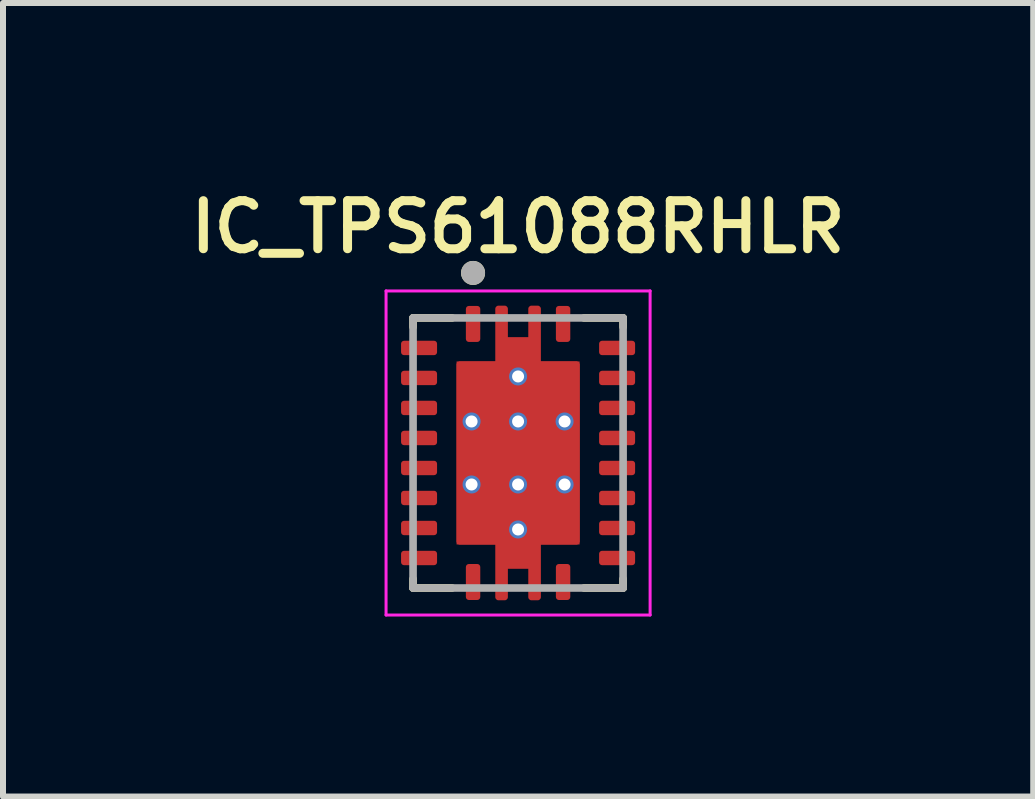
<source format=kicad_pcb>
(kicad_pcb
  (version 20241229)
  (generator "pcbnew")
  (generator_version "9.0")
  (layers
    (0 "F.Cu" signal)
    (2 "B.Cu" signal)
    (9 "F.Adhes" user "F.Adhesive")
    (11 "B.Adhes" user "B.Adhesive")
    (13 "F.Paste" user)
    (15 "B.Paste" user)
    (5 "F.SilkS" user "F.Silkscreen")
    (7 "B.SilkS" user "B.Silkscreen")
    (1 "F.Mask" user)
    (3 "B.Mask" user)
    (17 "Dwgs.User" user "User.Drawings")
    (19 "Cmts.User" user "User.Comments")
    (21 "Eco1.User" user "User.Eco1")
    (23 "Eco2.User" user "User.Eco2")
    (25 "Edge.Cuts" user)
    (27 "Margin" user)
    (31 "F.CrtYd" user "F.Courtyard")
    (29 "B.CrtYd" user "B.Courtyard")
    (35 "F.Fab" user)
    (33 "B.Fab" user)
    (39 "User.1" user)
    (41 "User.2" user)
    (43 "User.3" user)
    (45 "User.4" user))
  (footprint "IC_TPS61088RHLR"
    (layer "F.Cu")
    (at 5.583 4.498)
    (property "Reference" "IC_TPS61088RHLR" (at 0 -3.766 0) (layer "F.SilkS") (effects (font (size 0.801 0.801) (thickness 0.15))))
    (attr smd)
    (fp_poly (pts (xy -0.477 -1.627) (xy -0.477 -2.4) (xy -0.477 -2.408) (xy -0.476 -2.416) (xy -0.475 -2.424) (xy -0.474 -2.432) (xy -0.472 -2.439) (xy -0.47 -2.447) (xy -0.467 -2.454) (xy -0.464 -2.462) (xy -0.46 -2.469) (xy -0.457 -2.476) (xy -0.452 -2.483) (xy -0.448 -2.489) (xy -0.443 -2.496) (xy -0.438 -2.502) (xy -0.432 -2.507) (xy -0.427 -2.513) (xy -0.421 -2.518) (xy -0.414 -2.523) (xy -0.408 -2.527) (xy -0.401 -2.532) (xy -0.394 -2.535) (xy -0.387 -2.539) (xy -0.379 -2.542) (xy -0.372 -2.545) (xy -0.364 -2.547) (xy -0.357 -2.549) (xy -0.349 -2.55) (xy -0.341 -2.551) (xy -0.333 -2.552) (xy -0.325 -2.552) (xy -0.225 -2.552) (xy -0.217 -2.552) (xy -0.209 -2.551) (xy -0.201 -2.55) (xy -0.193 -2.549) (xy -0.186 -2.547) (xy -0.178 -2.545) (xy -0.171 -2.542) (xy -0.163 -2.539) (xy -0.156 -2.535) (xy -0.149 -2.532) (xy -0.142 -2.527) (xy -0.136 -2.523) (xy -0.129 -2.518) (xy -0.123 -2.513) (xy -0.118 -2.507) (xy -0.112 -2.502) (xy -0.107 -2.496) (xy -0.102 -2.489) (xy -0.098 -2.483) (xy -0.093 -2.476) (xy -0.09 -2.469) (xy -0.086 -2.462) (xy -0.083 -2.454) (xy -0.08 -2.447) (xy -0.078 -2.439) (xy -0.076 -2.432) (xy -0.075 -2.424) (xy -0.074 -2.416) (xy -0.073 -2.408) (xy -0.073 -2.4) (xy -0.073 -2.027) (xy 0.072 -2.027) (xy 0.073 -2.027) (xy 0.073 -2.402) (xy 0.073 -2.41) (xy 0.074 -2.418) (xy 0.075 -2.425) (xy 0.076 -2.433) (xy 0.078 -2.441) (xy 0.08 -2.448) (xy 0.083 -2.456) (xy 0.086 -2.463) (xy 0.089 -2.47) (xy 0.093 -2.477) (xy 0.097 -2.484) (xy 0.102 -2.49) (xy 0.106 -2.496) (xy 0.112 -2.502) (xy 0.117 -2.508) (xy 0.123 -2.513) (xy 0.129 -2.519) (xy 0.135 -2.523) (xy 0.141 -2.528) (xy 0.148 -2.532) (xy 0.155 -2.536) (xy 0.162 -2.539) (xy 0.169 -2.542) (xy 0.177 -2.545) (xy 0.184 -2.547) (xy 0.192 -2.549) (xy 0.2 -2.55) (xy 0.207 -2.551) (xy 0.215 -2.552) (xy 0.223 -2.552) (xy 0.326 -2.552) (xy 0.334 -2.552) (xy 0.342 -2.551) (xy 0.35 -2.55) (xy 0.357 -2.549) (xy 0.365 -2.547) (xy 0.373 -2.545) (xy 0.38 -2.542) (xy 0.387 -2.539) (xy 0.395 -2.536) (xy 0.401 -2.532) (xy 0.408 -2.528) (xy 0.415 -2.523) (xy 0.421 -2.518) (xy 0.427 -2.513) (xy 0.433 -2.508) (xy 0.438 -2.502) (xy 0.443 -2.496) (xy 0.448 -2.49) (xy 0.453 -2.483) (xy 0.457 -2.476) (xy 0.461 -2.47) (xy 0.464 -2.462) (xy 0.467 -2.455) (xy 0.47 -2.448) (xy 0.472 -2.44) (xy 0.474 -2.432) (xy 0.475 -2.425) (xy 0.476 -2.417) (xy 0.477 -2.409) (xy 0.477 -2.401) (xy 0.477 -1.627) (xy 0.975 -1.627) (xy 0.983 -1.627) (xy 0.991 -1.626) (xy 0.999 -1.625) (xy 1.007 -1.624) (xy 1.014 -1.622) (xy 1.022 -1.62) (xy 1.029 -1.617) (xy 1.037 -1.614) (xy 1.044 -1.61) (xy 1.051 -1.607) (xy 1.058 -1.602) (xy 1.064 -1.598) (xy 1.071 -1.593) (xy 1.077 -1.588) (xy 1.082 -1.582) (xy 1.088 -1.577) (xy 1.093 -1.571) (xy 1.098 -1.564) (xy 1.102 -1.558) (xy 1.107 -1.551) (xy 1.11 -1.544) (xy 1.114 -1.537) (xy 1.117 -1.529) (xy 1.12 -1.522) (xy 1.122 -1.514) (xy 1.124 -1.507) (xy 1.125 -1.499) (xy 1.126 -1.491) (xy 1.127 -1.483) (xy 1.127 -1.475) (xy 1.127 1.476) (xy 1.127 1.484) (xy 1.126 1.492) (xy 1.125 1.499) (xy 1.124 1.507) (xy 1.122 1.515) (xy 1.12 1.522) (xy 1.117 1.53) (xy 1.114 1.537) (xy 1.111 1.544) (xy 1.107 1.551) (xy 1.103 1.558) (xy 1.098 1.564) (xy 1.094 1.57) (xy 1.088 1.576) (xy 1.083 1.582) (xy 1.077 1.587) (xy 1.071 1.593) (xy 1.065 1.597) (xy 1.059 1.602) (xy 1.052 1.606) (xy 1.045 1.61) (xy 1.038 1.613) (xy 1.031 1.616) (xy 1.023 1.619) (xy 1.016 1.621) (xy 1.008 1.623) (xy 1 1.624) (xy 0.993 1.625) (xy 0.985 1.626) (xy 0.977 1.626) (xy 0.478 1.626) (xy 0.477 1.626) (xy 0.477 1.627) (xy 0.477 2.401) (xy 0.477 2.409) (xy 0.476 2.417) (xy 0.475 2.424) (xy 0.474 2.432) (xy 0.472 2.44) (xy 0.47 2.447) (xy 0.467 2.455) (xy 0.464 2.462) (xy 0.461 2.469) (xy 0.457 2.476) (xy 0.453 2.483) (xy 0.448 2.489) (xy 0.444 2.495) (xy 0.438 2.501) (xy 0.433 2.507) (xy 0.427 2.512) (xy 0.421 2.518) (xy 0.415 2.522) (xy 0.409 2.527) (xy 0.402 2.531) (xy 0.395 2.535) (xy 0.388 2.538) (xy 0.381 2.541) (xy 0.373 2.544) (xy 0.366 2.546) (xy 0.358 2.548) (xy 0.35 2.549) (xy 0.343 2.55) (xy 0.335 2.551) (xy 0.327 2.551) (xy 0.222 2.551) (xy 0.214 2.551) (xy 0.206 2.55) (xy 0.199 2.549) (xy 0.191 2.548) (xy 0.183 2.546) (xy 0.176 2.544) (xy 0.169 2.541) (xy 0.161 2.538) (xy 0.154 2.535) (xy 0.147 2.531) (xy 0.141 2.527) (xy 0.134 2.523) (xy 0.128 2.518) (xy 0.122 2.513) (xy 0.117 2.507) (xy 0.111 2.502) (xy 0.106 2.496) (xy 0.101 2.49) (xy 0.097 2.483) (xy 0.093 2.477) (xy 0.089 2.47) (xy 0.086 2.463) (xy 0.083 2.455) (xy 0.08 2.448) (xy 0.078 2.441) (xy 0.076 2.433) (xy 0.075 2.425) (xy 0.074 2.418) (xy 0.073 2.41) (xy 0.073 2.402) (xy 0.073 2.027) (xy -0.072 2.027) (xy -0.073 2.027) (xy -0.073 2.028) (xy -0.073 2.401) (xy -0.073 2.409) (xy -0.074 2.417) (xy -0.075 2.424) (xy -0.076 2.432) (xy -0.078 2.44) (xy -0.08 2.447) (xy -0.083 2.455) (xy -0.086 2.462) (xy -0.089 2.469) (xy -0.093 2.476) (xy -0.097 2.483) (xy -0.102 2.489) (xy -0.106 2.495) (xy -0.112 2.501) (xy -0.117 2.507) (xy -0.123 2.512) (xy -0.129 2.518) (xy -0.135 2.522) (xy -0.141 2.527) (xy -0.148 2.531) (xy -0.155 2.535) (xy -0.162 2.538) (xy -0.169 2.541) (xy -0.177 2.544) (xy -0.184 2.546) (xy -0.192 2.548) (xy -0.2 2.549) (xy -0.207 2.55) (xy -0.215 2.551) (xy -0.223 2.551) (xy -0.329 2.551) (xy -0.337 2.551) (xy -0.344 2.55) (xy -0.352 2.549) (xy -0.36 2.548) (xy -0.367 2.546) (xy -0.375 2.544) (xy -0.382 2.541) (xy -0.389 2.538) (xy -0.396 2.535) (xy -0.403 2.531) (xy -0.41 2.527) (xy -0.416 2.523) (xy -0.422 2.518) (xy -0.428 2.513) (xy -0.434 2.508) (xy -0.439 2.502) (xy -0.444 2.496) (xy -0.449 2.49) (xy -0.453 2.484) (xy -0.457 2.477) (xy -0.461 2.47) (xy -0.464 2.463) (xy -0.467 2.456) (xy -0.47 2.449) (xy -0.472 2.441) (xy -0.474 2.434) (xy -0.475 2.426) (xy -0.476 2.418) (xy -0.477 2.411) (xy -0.477 2.403) (xy -0.477 1.627) (xy -0.975 1.627) (xy -0.983 1.627) (xy -0.991 1.626) (xy -0.999 1.625) (xy -1.007 1.624) (xy -1.014 1.622) (xy -1.022 1.62) (xy -1.029 1.617) (xy -1.037 1.614) (xy -1.044 1.61) (xy -1.051 1.607) (xy -1.058 1.602) (xy -1.064 1.598) (xy -1.071 1.593) (xy -1.077 1.588) (xy -1.082 1.582) (xy -1.088 1.577) (xy -1.093 1.571) (xy -1.098 1.564) (xy -1.102 1.558) (xy -1.107 1.551) (xy -1.11 1.544) (xy -1.114 1.537) (xy -1.117 1.529) (xy -1.12 1.522) (xy -1.122 1.514) (xy -1.124 1.507) (xy -1.125 1.499) (xy -1.126 1.491) (xy -1.127 1.483) (xy -1.127 1.475) (xy -1.127 -1.474) (xy -1.127 -1.482) (xy -1.126 -1.49) (xy -1.125 -1.498) (xy -1.124 -1.506) (xy -1.122 -1.513) (xy -1.12 -1.521) (xy -1.117 -1.528) (xy -1.114 -1.536) (xy -1.11 -1.543) (xy -1.107 -1.55) (xy -1.102 -1.557) (xy -1.098 -1.563) (xy -1.093 -1.57) (xy -1.088 -1.576) (xy -1.082 -1.581) (xy -1.077 -1.587) (xy -1.071 -1.592) (xy -1.064 -1.597) (xy -1.058 -1.601) (xy -1.051 -1.606) (xy -1.044 -1.609) (xy -1.037 -1.613) (xy -1.029 -1.616) (xy -1.022 -1.619) (xy -1.014 -1.621) (xy -1.007 -1.623) (xy -0.999 -1.624) (xy -0.991 -1.625) (xy -0.983 -1.626) (xy -0.975 -1.626) (xy -0.478 -1.626) (xy -0.477 -1.626) (xy -0.477 -1.627)) (stroke (width 0.01) (type solid)) (fill yes) (layer "F.Mask"))
    (fp_line (start -1.75 -2.25) (end -1.1 -2.25) (stroke (width 0.127) (type solid)) (layer "F.SilkS"))
    (fp_line (start -1.75 -2.1) (end -1.75 -2.25) (stroke (width 0.127) (type solid)) (layer "F.SilkS"))
    (fp_line (start -1.75 2.1) (end -1.75 2.25) (stroke (width 0.127) (type solid)) (layer "F.SilkS"))
    (fp_line (start -1.75 2.25) (end -1.1 2.25) (stroke (width 0.127) (type solid)) (layer "F.SilkS"))
    (fp_line (start 1.1 -2.25) (end 1.75 -2.25) (stroke (width 0.127) (type solid)) (layer "F.SilkS"))
    (fp_line (start 1.1 2.25) (end 1.75 2.25) (stroke (width 0.127) (type solid)) (layer "F.SilkS"))
    (fp_line (start 1.75 -2.25) (end 1.75 -2.1) (stroke (width 0.127) (type solid)) (layer "F.SilkS"))
    (fp_line (start 1.75 2.25) (end 1.75 2.1) (stroke (width 0.127) (type solid)) (layer "F.SilkS"))
    (fp_circle (center -0.75 -3) (end -0.65 -3) (stroke (width 0.2) (type solid)) (fill no) (layer "F.SilkS"))
    (fp_poly (pts (xy -1.02 -0.625) (xy -0.1 -0.625) (xy -0.1 -1.475) (xy -1.02 -1.475)) (stroke (width 0.01) (type solid)) (fill yes) (layer "F.Paste"))
    (fp_poly (pts (xy -1.02 0.425) (xy -0.1 0.425) (xy -0.1 -0.425) (xy -1.02 -0.425)) (stroke (width 0.01) (type solid)) (fill yes) (layer "F.Paste"))
    (fp_poly (pts (xy -1.02 1.475) (xy -0.1 1.475) (xy -0.1 0.625) (xy -1.02 0.625)) (stroke (width 0.01) (type solid)) (fill yes) (layer "F.Paste"))
    (fp_poly (pts (xy 0.1 -0.625) (xy 1.02 -0.625) (xy 1.02 -1.475) (xy 0.1 -1.475)) (stroke (width 0.01) (type solid)) (fill yes) (layer "F.Paste"))
    (fp_poly (pts (xy 0.1 0.425) (xy 1.02 0.425) (xy 1.02 -0.425) (xy 0.1 -0.425)) (stroke (width 0.01) (type solid)) (fill yes) (layer "F.Paste"))
    (fp_poly (pts (xy 0.1 1.475) (xy 1.02 1.475) (xy 1.02 0.625) (xy 0.1 0.625)) (stroke (width 0.01) (type solid)) (fill yes) (layer "F.Paste"))
    (fp_poly (pts (xy -0.375 -1.675) (xy -0.375 -2.4) (xy -0.375 -2.403) (xy -0.375 -2.405) (xy -0.374 -2.408) (xy -0.374 -2.41) (xy -0.373 -2.413) (xy -0.373 -2.415) (xy -0.372 -2.418) (xy -0.371 -2.42) (xy -0.37 -2.423) (xy -0.368 -2.425) (xy -0.367 -2.427) (xy -0.365 -2.429) (xy -0.364 -2.431) (xy -0.362 -2.433) (xy -0.36 -2.435) (xy -0.358 -2.437) (xy -0.356 -2.439) (xy -0.354 -2.44) (xy -0.352 -2.442) (xy -0.35 -2.443) (xy -0.348 -2.445) (xy -0.345 -2.446) (xy -0.343 -2.447) (xy -0.34 -2.448) (xy -0.338 -2.448) (xy -0.335 -2.449) (xy -0.333 -2.449) (xy -0.33 -2.45) (xy -0.328 -2.45) (xy -0.325 -2.45) (xy -0.225 -2.45) (xy -0.222 -2.45) (xy -0.22 -2.45) (xy -0.217 -2.449) (xy -0.215 -2.449) (xy -0.212 -2.448) (xy -0.21 -2.448) (xy -0.207 -2.447) (xy -0.205 -2.446) (xy -0.202 -2.445) (xy -0.2 -2.443) (xy -0.198 -2.442) (xy -0.196 -2.44) (xy -0.194 -2.439) (xy -0.192 -2.437) (xy -0.19 -2.435) (xy -0.188 -2.433) (xy -0.186 -2.431) (xy -0.185 -2.429) (xy -0.183 -2.427) (xy -0.182 -2.425) (xy -0.18 -2.423) (xy -0.179 -2.42) (xy -0.178 -2.418) (xy -0.177 -2.415) (xy -0.177 -2.413) (xy -0.176 -2.41) (xy -0.176 -2.408) (xy -0.175 -2.405) (xy -0.175 -2.403) (xy -0.175 -2.4) (xy -0.175 -1.925) (xy 0.175 -1.925) (xy 0.175 -2.4) (xy 0.175 -2.403) (xy 0.175 -2.405) (xy 0.176 -2.408) (xy 0.176 -2.41) (xy 0.177 -2.413) (xy 0.177 -2.415) (xy 0.178 -2.418) (xy 0.179 -2.42) (xy 0.18 -2.423) (xy 0.182 -2.425) (xy 0.183 -2.427) (xy 0.185 -2.429) (xy 0.186 -2.431) (xy 0.188 -2.433) (xy 0.19 -2.435) (xy 0.192 -2.437) (xy 0.194 -2.439) (xy 0.196 -2.44) (xy 0.198 -2.442) (xy 0.2 -2.443) (xy 0.202 -2.445) (xy 0.205 -2.446) (xy 0.207 -2.447) (xy 0.21 -2.448) (xy 0.212 -2.448) (xy 0.215 -2.449) (xy 0.217 -2.449) (xy 0.22 -2.45) (xy 0.222 -2.45) (xy 0.225 -2.45) (xy 0.325 -2.45) (xy 0.328 -2.45) (xy 0.33 -2.45) (xy 0.333 -2.449) (xy 0.335 -2.449) (xy 0.338 -2.448) (xy 0.34 -2.448) (xy 0.343 -2.447) (xy 0.345 -2.446) (xy 0.348 -2.445) (xy 0.35 -2.443) (xy 0.352 -2.442) (xy 0.354 -2.44) (xy 0.356 -2.439) (xy 0.358 -2.437) (xy 0.36 -2.435) (xy 0.362 -2.433) (xy 0.364 -2.431) (xy 0.365 -2.429) (xy 0.367 -2.427) (xy 0.368 -2.425) (xy 0.37 -2.423) (xy 0.371 -2.42) (xy 0.372 -2.418) (xy 0.373 -2.415) (xy 0.373 -2.413) (xy 0.374 -2.41) (xy 0.374 -2.408) (xy 0.375 -2.405) (xy 0.375 -2.403) (xy 0.375 -2.4) (xy 0.375 -1.675) (xy -0.375 -1.675)) (stroke (width 0.01) (type solid)) (fill yes) (layer "F.Paste"))
    (fp_poly (pts (xy 0.375 1.675) (xy 0.375 2.4) (xy 0.375 2.403) (xy 0.375 2.405) (xy 0.374 2.408) (xy 0.374 2.41) (xy 0.373 2.413) (xy 0.373 2.415) (xy 0.372 2.418) (xy 0.371 2.42) (xy 0.37 2.423) (xy 0.368 2.425) (xy 0.367 2.427) (xy 0.365 2.429) (xy 0.364 2.431) (xy 0.362 2.433) (xy 0.36 2.435) (xy 0.358 2.437) (xy 0.356 2.439) (xy 0.354 2.44) (xy 0.352 2.442) (xy 0.35 2.443) (xy 0.348 2.445) (xy 0.345 2.446) (xy 0.343 2.447) (xy 0.34 2.448) (xy 0.338 2.448) (xy 0.335 2.449) (xy 0.333 2.449) (xy 0.33 2.45) (xy 0.328 2.45) (xy 0.325 2.45) (xy 0.225 2.45) (xy 0.222 2.45) (xy 0.22 2.45) (xy 0.217 2.449) (xy 0.215 2.449) (xy 0.212 2.448) (xy 0.21 2.448) (xy 0.207 2.447) (xy 0.205 2.446) (xy 0.202 2.445) (xy 0.2 2.443) (xy 0.198 2.442) (xy 0.196 2.44) (xy 0.194 2.439) (xy 0.192 2.437) (xy 0.19 2.435) (xy 0.188 2.433) (xy 0.186 2.431) (xy 0.185 2.429) (xy 0.183 2.427) (xy 0.182 2.425) (xy 0.18 2.423) (xy 0.179 2.42) (xy 0.178 2.418) (xy 0.177 2.415) (xy 0.177 2.413) (xy 0.176 2.41) (xy 0.176 2.408) (xy 0.175 2.405) (xy 0.175 2.403) (xy 0.175 2.4) (xy 0.175 1.925) (xy -0.175 1.925) (xy -0.175 2.4) (xy -0.175 2.403) (xy -0.175 2.405) (xy -0.176 2.408) (xy -0.176 2.41) (xy -0.177 2.413) (xy -0.177 2.415) (xy -0.178 2.418) (xy -0.179 2.42) (xy -0.18 2.423) (xy -0.182 2.425) (xy -0.183 2.427) (xy -0.185 2.429) (xy -0.186 2.431) (xy -0.188 2.433) (xy -0.19 2.435) (xy -0.192 2.437) (xy -0.194 2.439) (xy -0.196 2.44) (xy -0.198 2.442) (xy -0.2 2.443) (xy -0.202 2.445) (xy -0.205 2.446) (xy -0.207 2.447) (xy -0.21 2.448) (xy -0.212 2.448) (xy -0.215 2.449) (xy -0.217 2.449) (xy -0.22 2.45) (xy -0.222 2.45) (xy -0.225 2.45) (xy -0.325 2.45) (xy -0.328 2.45) (xy -0.33 2.45) (xy -0.333 2.449) (xy -0.335 2.449) (xy -0.338 2.448) (xy -0.34 2.448) (xy -0.343 2.447) (xy -0.345 2.446) (xy -0.348 2.445) (xy -0.35 2.443) (xy -0.352 2.442) (xy -0.354 2.44) (xy -0.356 2.439) (xy -0.358 2.437) (xy -0.36 2.435) (xy -0.362 2.433) (xy -0.364 2.431) (xy -0.365 2.429) (xy -0.367 2.427) (xy -0.368 2.425) (xy -0.37 2.423) (xy -0.371 2.42) (xy -0.372 2.418) (xy -0.373 2.415) (xy -0.373 2.413) (xy -0.374 2.41) (xy -0.374 2.408) (xy -0.375 2.405) (xy -0.375 2.403) (xy -0.375 2.4) (xy -0.375 1.675) (xy 0.375 1.675)) (stroke (width 0.01) (type solid)) (fill yes) (layer "F.Paste"))
    (fp_line (start -2.2 -2.7) (end -2.2 2.7) (stroke (width 0.05) (type solid)) (layer "F.CrtYd"))
    (fp_line (start -2.2 2.7) (end 2.2 2.7) (stroke (width 0.05) (type solid)) (layer "F.CrtYd"))
    (fp_line (start 2.2 -2.7) (end -2.2 -2.7) (stroke (width 0.05) (type solid)) (layer "F.CrtYd"))
    (fp_line (start 2.2 2.7) (end 2.2 -2.7) (stroke (width 0.05) (type solid)) (layer "F.CrtYd"))
    (fp_line (start -1.75 -2.25) (end 1.75 -2.25) (stroke (width 0.127) (type solid)) (layer "F.Fab"))
    (fp_line (start -1.75 2.25) (end -1.75 -2.25) (stroke (width 0.127) (type solid)) (layer "F.Fab"))
    (fp_line (start 1.75 -2.25) (end 1.75 2.25) (stroke (width 0.127) (type solid)) (layer "F.Fab"))
    (fp_line (start 1.75 2.25) (end -1.75 2.25) (stroke (width 0.127) (type solid)) (layer "F.Fab"))
    (fp_circle (center -0.75 -3) (end -0.65 -3) (stroke (width 0.2) (type solid)) (fill no) (layer "F.Fab"))
    (pad "1" smd roundrect (at -0.75 -2.15) (size 0.24 0.6) (layers "F.Cu" "F.Mask" "F.Paste") (roundrect_rratio 0.21))
    (pad "2" smd roundrect (at -1.65 -1.75) (size 0.6 0.24) (layers "F.Cu" "F.Mask" "F.Paste") (roundrect_rratio 0.21))
    (pad "3" smd roundrect (at -1.65 -1.25) (size 0.6 0.24) (layers "F.Cu" "F.Mask" "F.Paste") (roundrect_rratio 0.21))
    (pad "4" smd roundrect (at -1.65 -0.75) (size 0.6 0.24) (layers "F.Cu" "F.Mask" "F.Paste") (roundrect_rratio 0.21))
    (pad "5" smd roundrect (at -1.65 -0.25) (size 0.6 0.24) (layers "F.Cu" "F.Mask" "F.Paste") (roundrect_rratio 0.21))
    (pad "6" smd roundrect (at -1.65 0.25) (size 0.6 0.24) (layers "F.Cu" "F.Mask" "F.Paste") (roundrect_rratio 0.21))
    (pad "7" smd roundrect (at -1.65 0.75) (size 0.6 0.24) (layers "F.Cu" "F.Mask" "F.Paste") (roundrect_rratio 0.21))
    (pad "8" smd roundrect (at -1.65 1.25) (size 0.6 0.24) (layers "F.Cu" "F.Mask" "F.Paste") (roundrect_rratio 0.21))
    (pad "9" smd roundrect (at -1.65 1.75) (size 0.6 0.24) (layers "F.Cu" "F.Mask" "F.Paste") (roundrect_rratio 0.21))
    (pad "10" smd roundrect (at -0.75 2.15) (size 0.24 0.6) (layers "F.Cu" "F.Mask" "F.Paste") (roundrect_rratio 0.21))
    (pad "11" smd roundrect (at 0.75 2.15) (size 0.24 0.6) (layers "F.Cu" "F.Mask" "F.Paste") (roundrect_rratio 0.21))
    (pad "12" smd roundrect (at 1.65 1.75) (size 0.6 0.24) (layers "F.Cu" "F.Mask" "F.Paste") (roundrect_rratio 0.21))
    (pad "13" smd roundrect (at 1.65 1.25) (size 0.6 0.24) (layers "F.Cu" "F.Mask" "F.Paste") (roundrect_rratio 0.21))
    (pad "14" smd roundrect (at 1.65 0.75) (size 0.6 0.24) (layers "F.Cu" "F.Mask" "F.Paste") (roundrect_rratio 0.21))
    (pad "15" smd roundrect (at 1.65 0.25) (size 0.6 0.24) (layers "F.Cu" "F.Mask" "F.Paste") (roundrect_rratio 0.21))
    (pad "16" smd roundrect (at 1.65 -0.25) (size 0.6 0.24) (layers "F.Cu" "F.Mask" "F.Paste") (roundrect_rratio 0.21))
    (pad "17" smd roundrect (at 1.65 -0.75) (size 0.6 0.24) (layers "F.Cu" "F.Mask" "F.Paste") (roundrect_rratio 0.21))
    (pad "18" smd roundrect (at 1.65 -1.25) (size 0.6 0.24) (layers "F.Cu" "F.Mask" "F.Paste") (roundrect_rratio 0.21))
    (pad "19" smd roundrect (at 1.65 -1.75) (size 0.6 0.24) (layers "F.Cu" "F.Mask" "F.Paste") (roundrect_rratio 0.21))
    (pad "20" smd roundrect (at 0.75 -2.15) (size 0.24 0.6) (layers "F.Cu" "F.Mask" "F.Paste") (roundrect_rratio 0.21))
    (pad "21" smd custom (at 0 0) (size 2.05 3.05) (layers "F.Cu" "F.Mask") (options (anchor rect)) (primitives (gr_poly (pts (xy -0.375 -1.525) (xy -0.375 -2.4) (xy -0.375 -2.403) (xy -0.375 -2.405) (xy -0.374 -2.408) (xy -0.374 -2.41) (xy -0.373 -2.413) (xy -0.373 -2.415) (xy -0.372 -2.418) (xy -0.371 -2.42) (xy -0.37 -2.423) (xy -0.368 -2.425) (xy -0.367 -2.427) (xy -0.365 -2.429) (xy -0.364 -2.431) (xy -0.362 -2.433) (xy -0.36 -2.435) (xy -0.358 -2.437) (xy -0.356 -2.439) (xy -0.354 -2.44) (xy -0.352 -2.442) (xy -0.35 -2.443) (xy -0.348 -2.445) (xy -0.345 -2.446) (xy -0.343 -2.447) (xy -0.34 -2.448) (xy -0.338 -2.448) (xy -0.335 -2.449) (xy -0.333 -2.449) (xy -0.33 -2.45) (xy -0.328 -2.45) (xy -0.325 -2.45) (xy -0.225 -2.45) (xy -0.222 -2.45) (xy -0.22 -2.45) (xy -0.217 -2.449) (xy -0.215 -2.449) (xy -0.212 -2.448) (xy -0.21 -2.448) (xy -0.207 -2.447) (xy -0.205 -2.446) (xy -0.202 -2.445) (xy -0.2 -2.443) (xy -0.198 -2.442) (xy -0.196 -2.44) (xy -0.194 -2.439) (xy -0.192 -2.437) (xy -0.19 -2.435) (xy -0.188 -2.433) (xy -0.186 -2.431) (xy -0.185 -2.429) (xy -0.183 -2.427) (xy -0.182 -2.425) (xy -0.18 -2.423) (xy -0.179 -2.42) (xy -0.178 -2.418) (xy -0.177 -2.415) (xy -0.177 -2.413) (xy -0.176 -2.41) (xy -0.176 -2.408) (xy -0.175 -2.405) (xy -0.175 -2.403) (xy -0.175 -2.4) (xy -0.175 -1.925) (xy 0.175 -1.925) (xy 0.175 -2.4) (xy 0.175 -2.403) (xy 0.175 -2.405) (xy 0.176 -2.408) (xy 0.176 -2.41) (xy 0.177 -2.413) (xy 0.177 -2.415) (xy 0.178 -2.418) (xy 0.179 -2.42) (xy 0.18 -2.423) (xy 0.182 -2.425) (xy 0.183 -2.427) (xy 0.185 -2.429) (xy 0.186 -2.431) (xy 0.188 -2.433) (xy 0.19 -2.435) (xy 0.192 -2.437) (xy 0.194 -2.439) (xy 0.196 -2.44) (xy 0.198 -2.442) (xy 0.2 -2.443) (xy 0.202 -2.445) (xy 0.205 -2.446) (xy 0.207 -2.447) (xy 0.21 -2.448) (xy 0.212 -2.448) (xy 0.215 -2.449) (xy 0.217 -2.449) (xy 0.22 -2.45) (xy 0.222 -2.45) (xy 0.225 -2.45) (xy 0.325 -2.45) (xy 0.328 -2.45) (xy 0.33 -2.45) (xy 0.333 -2.449) (xy 0.335 -2.449) (xy 0.338 -2.448) (xy 0.34 -2.448) (xy 0.343 -2.447) (xy 0.345 -2.446) (xy 0.348 -2.445) (xy 0.35 -2.443) (xy 0.352 -2.442) (xy 0.354 -2.44) (xy 0.356 -2.439) (xy 0.358 -2.437) (xy 0.36 -2.435) (xy 0.362 -2.433) (xy 0.364 -2.431) (xy 0.365 -2.429) (xy 0.367 -2.427) (xy 0.368 -2.425) (xy 0.37 -2.423) (xy 0.371 -2.42) (xy 0.372 -2.418) (xy 0.373 -2.415) (xy 0.373 -2.413) (xy 0.374 -2.41) (xy 0.374 -2.408) (xy 0.375 -2.405) (xy 0.375 -2.403) (xy 0.375 -2.4) (xy 0.375 -1.525) (xy 0.975 -1.525) (xy 0.978 -1.525) (xy 0.98 -1.525) (xy 0.983 -1.524) (xy 0.985 -1.524) (xy 0.988 -1.523) (xy 0.99 -1.523) (xy 0.993 -1.522) (xy 0.995 -1.521) (xy 0.998 -1.52) (xy 1 -1.518) (xy 1.002 -1.517) (xy 1.004 -1.515) (xy 1.006 -1.514) (xy 1.008 -1.512) (xy 1.01 -1.51) (xy 1.012 -1.508) (xy 1.014 -1.506) (xy 1.015 -1.504) (xy 1.017 -1.502) (xy 1.018 -1.5) (xy 1.02 -1.498) (xy 1.021 -1.495) (xy 1.022 -1.493) (xy 1.023 -1.49) (xy 1.023 -1.488) (xy 1.024 -1.485) (xy 1.024 -1.483) (xy 1.025 -1.48) (xy 1.025 -1.478) (xy 1.025 -1.475) (xy 1.025 1.475) (xy 1.025 1.478) (xy 1.025 1.48) (xy 1.024 1.483) (xy 1.024 1.485) (xy 1.023 1.488) (xy 1.023 1.49) (xy 1.022 1.493) (xy 1.021 1.495) (xy 1.02 1.498) (xy 1.018 1.5) (xy 1.017 1.502) (xy 1.015 1.504) (xy 1.014 1.506) (xy 1.012 1.508) (xy 1.01 1.51) (xy 1.008 1.512) (xy 1.006 1.514) (xy 1.004 1.515) (xy 1.002 1.517) (xy 1 1.518) (xy 0.998 1.52) (xy 0.995 1.521) (xy 0.993 1.522) (xy 0.99 1.523) (xy 0.988 1.523) (xy 0.985 1.524) (xy 0.983 1.524) (xy 0.98 1.525) (xy 0.978 1.525) (xy 0.975 1.525) (xy 0.375 1.525) (xy 0.375 2.4) (xy 0.375 2.403) (xy 0.375 2.405) (xy 0.374 2.408) (xy 0.374 2.41) (xy 0.373 2.413) (xy 0.373 2.415) (xy 0.372 2.418) (xy 0.371 2.42) (xy 0.37 2.423) (xy 0.368 2.425) (xy 0.367 2.427) (xy 0.365 2.429) (xy 0.364 2.431) (xy 0.362 2.433) (xy 0.36 2.435) (xy 0.358 2.437) (xy 0.356 2.439) (xy 0.354 2.44) (xy 0.352 2.442) (xy 0.35 2.443) (xy 0.348 2.445) (xy 0.345 2.446) (xy 0.343 2.447) (xy 0.34 2.448) (xy 0.338 2.448) (xy 0.335 2.449) (xy 0.333 2.449) (xy 0.33 2.45) (xy 0.328 2.45) (xy 0.325 2.45) (xy 0.225 2.45) (xy 0.222 2.45) (xy 0.22 2.45) (xy 0.217 2.449) (xy 0.215 2.449) (xy 0.212 2.448) (xy 0.21 2.448) (xy 0.207 2.447) (xy 0.205 2.446) (xy 0.202 2.445) (xy 0.2 2.443) (xy 0.198 2.442) (xy 0.196 2.44) (xy 0.194 2.439) (xy 0.192 2.437) (xy 0.19 2.435) (xy 0.188 2.433) (xy 0.186 2.431) (xy 0.185 2.429) (xy 0.183 2.427) (xy 0.182 2.425) (xy 0.18 2.423) (xy 0.179 2.42) (xy 0.178 2.418) (xy 0.177 2.415) (xy 0.177 2.413) (xy 0.176 2.41) (xy 0.176 2.408) (xy 0.175 2.405) (xy 0.175 2.403) (xy 0.175 2.4) (xy 0.175 1.925) (xy -0.175 1.925) (xy -0.175 2.4) (xy -0.175 2.403) (xy -0.175 2.405) (xy -0.176 2.408) (xy -0.176 2.41) (xy -0.177 2.413) (xy -0.177 2.415) (xy -0.178 2.418) (xy -0.179 2.42) (xy -0.18 2.423) (xy -0.182 2.425) (xy -0.183 2.427) (xy -0.185 2.429) (xy -0.186 2.431) (xy -0.188 2.433) (xy -0.19 2.435) (xy -0.192 2.437) (xy -0.194 2.439) (xy -0.196 2.44) (xy -0.198 2.442) (xy -0.2 2.443) (xy -0.202 2.445) (xy -0.205 2.446) (xy -0.207 2.447) (xy -0.21 2.448) (xy -0.212 2.448) (xy -0.215 2.449) (xy -0.217 2.449) (xy -0.22 2.45) (xy -0.222 2.45) (xy -0.225 2.45) (xy -0.325 2.45) (xy -0.328 2.45) (xy -0.33 2.45) (xy -0.333 2.449) (xy -0.335 2.449) (xy -0.338 2.448) (xy -0.34 2.448) (xy -0.343 2.447) (xy -0.345 2.446) (xy -0.348 2.445) (xy -0.35 2.443) (xy -0.352 2.442) (xy -0.354 2.44) (xy -0.356 2.439) (xy -0.358 2.437) (xy -0.36 2.435) (xy -0.362 2.433) (xy -0.364 2.431) (xy -0.365 2.429) (xy -0.367 2.427) (xy -0.368 2.425) (xy -0.37 2.423) (xy -0.371 2.42) (xy -0.372 2.418) (xy -0.373 2.415) (xy -0.373 2.413) (xy -0.374 2.41) (xy -0.374 2.408) (xy -0.375 2.405) (xy -0.375 2.403) (xy -0.375 2.4) (xy -0.375 1.525) (xy -0.975 1.525) (xy -0.978 1.525) (xy -0.98 1.525) (xy -0.983 1.524) (xy -0.985 1.524) (xy -0.988 1.523) (xy -0.99 1.523) (xy -0.993 1.522) (xy -0.995 1.521) (xy -0.998 1.52) (xy -1 1.518) (xy -1.002 1.517) (xy -1.004 1.515) (xy -1.006 1.514) (xy -1.008 1.512) (xy -1.01 1.51) (xy -1.012 1.508) (xy -1.014 1.506) (xy -1.015 1.504) (xy -1.017 1.502) (xy -1.018 1.5) (xy -1.02 1.498) (xy -1.021 1.495) (xy -1.022 1.493) (xy -1.023 1.49) (xy -1.023 1.488) (xy -1.024 1.485) (xy -1.024 1.483) (xy -1.025 1.48) (xy -1.025 1.478) (xy -1.025 1.475) (xy -1.025 -1.475) (xy -1.025 -1.478) (xy -1.025 -1.48) (xy -1.024 -1.483) (xy -1.024 -1.485) (xy -1.023 -1.488) (xy -1.023 -1.49) (xy -1.022 -1.493) (xy -1.021 -1.495) (xy -1.02 -1.498) (xy -1.018 -1.5) (xy -1.017 -1.502) (xy -1.015 -1.504) (xy -1.014 -1.506) (xy -1.012 -1.508) (xy -1.01 -1.51) (xy -1.008 -1.512) (xy -1.006 -1.514) (xy -1.004 -1.515) (xy -1.002 -1.517) (xy -1 -1.518) (xy -0.998 -1.52) (xy -0.995 -1.521) (xy -0.993 -1.522) (xy -0.99 -1.523) (xy -0.988 -1.523) (xy -0.985 -1.524) (xy -0.983 -1.524) (xy -0.98 -1.525) (xy -0.978 -1.525) (xy -0.975 -1.525) (xy -0.375 -1.525)) (width 0.01) (fill yes))))
    (pad "22" thru_hole circle (at 0 -1.275) (size 0.3 0.3) (drill 0.2) (layers "*.Cu" "*.Mask"))
    (pad "23" thru_hole circle (at -0.775 -0.525) (size 0.3 0.3) (drill 0.2) (layers "*.Cu" "*.Mask"))
    (pad "24" thru_hole circle (at 0 -0.525) (size 0.3 0.3) (drill 0.2) (layers "*.Cu" "*.Mask"))
    (pad "25" thru_hole circle (at 0.775 -0.525) (size 0.3 0.3) (drill 0.2) (layers "*.Cu" "*.Mask"))
    (pad "26" thru_hole circle (at -0.775 0.525) (size 0.3 0.3) (drill 0.2) (layers "*.Cu" "*.Mask"))
    (pad "27" thru_hole circle (at 0 0.525) (size 0.3 0.3) (drill 0.2) (layers "*.Cu" "*.Mask"))
    (pad "28" thru_hole circle (at 0.775 0.525) (size 0.3 0.3) (drill 0.2) (layers "*.Cu" "*.Mask"))
    (pad "29" thru_hole circle (at 0 1.275) (size 0.3 0.3) (drill 0.2) (layers "*.Cu" "*.Mask")))
  (gr_rect
    (start -3 -3)
    (end 14.167 10.223)
    (stroke (width 0.1) (type default))
    (fill no)
    (layer "Edge.Cuts")))
</source>
